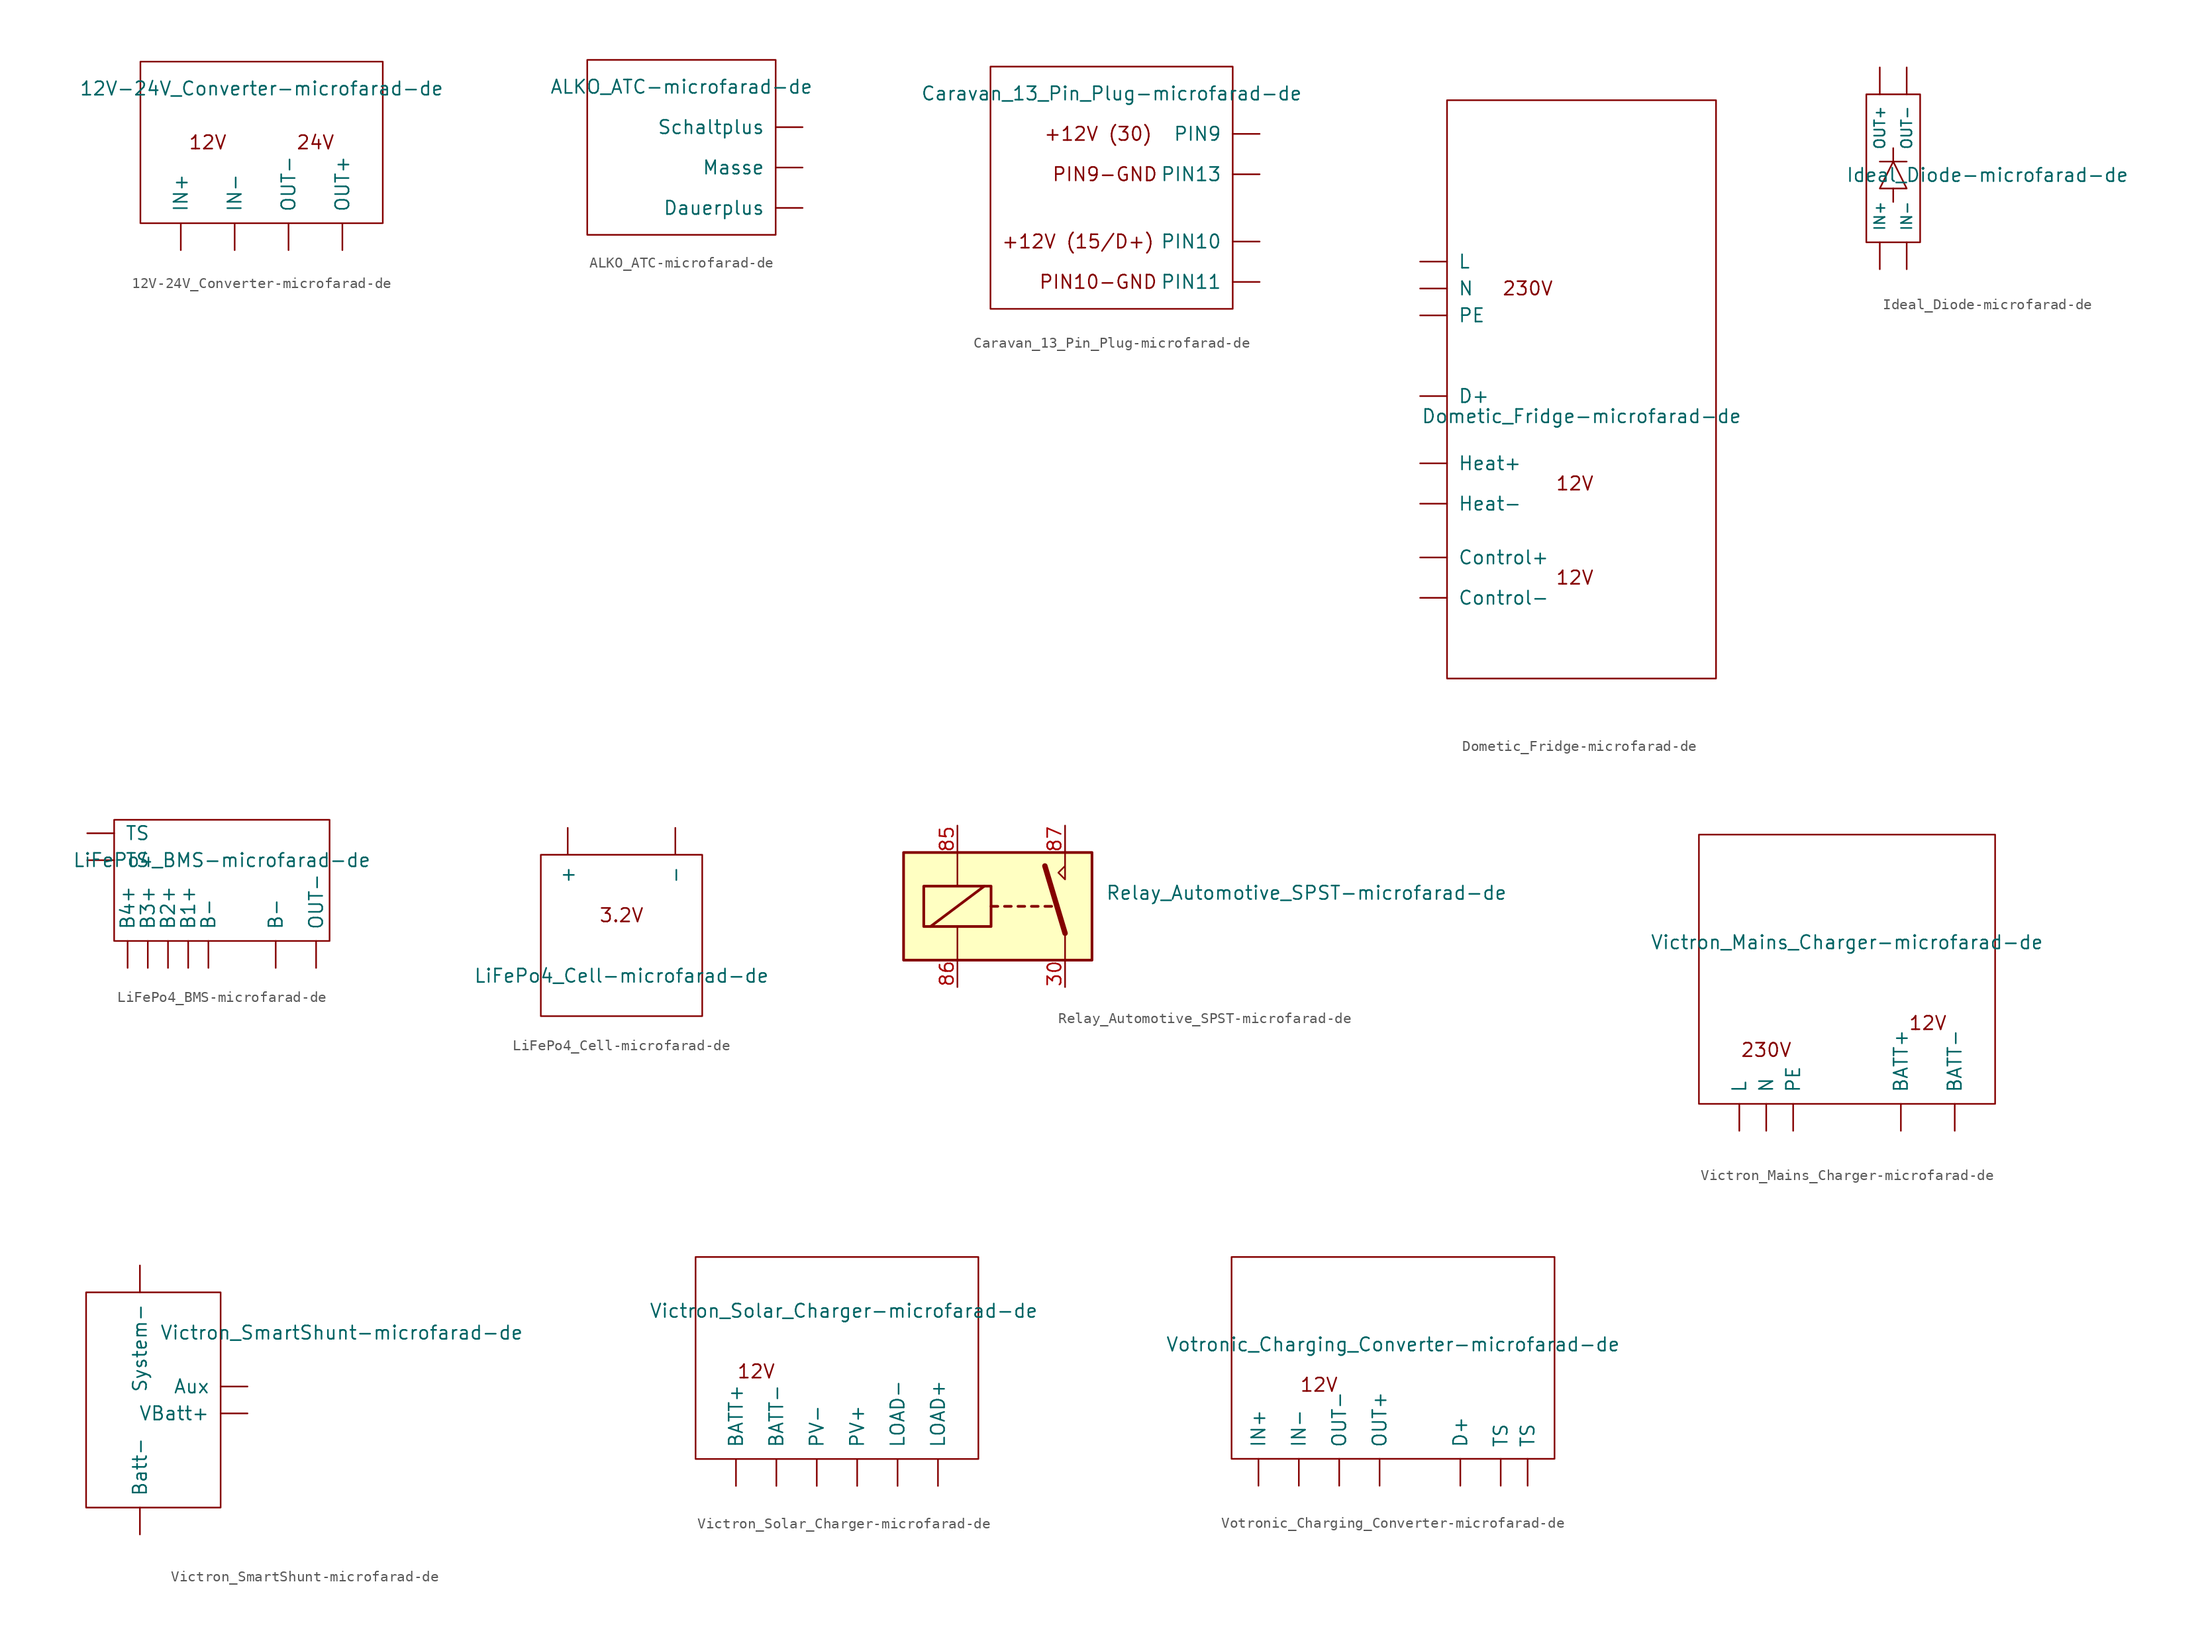
<source format=kicad_sym>
(kicad_symbol_lib
  (version 20211014)
  (generator kicad_symbol_editor)
  (symbol "12V-24V_Converter-microfarad-de"
    (pin_names
      (offset 1.016))
    (property "Reference" "U"
      (at 0 0 0)
      (effects (font (size 1.27 1.27)) hide))
    (property "Value" "12V-24V_Converter-microfarad-de"
      (at 0 5.08 0)
      (effects (font (size 1.27 1.27))))
    (symbol "12V-24V_Converter-microfarad-de_0_0"
      (text "12V" (at -5.08 0 0) (effects (font (size 1.27 1.27))))
      (text "24V" (at 5.08 0 0) (effects (font (size 1.27 1.27)))))
    (symbol "12V-24V_Converter-microfarad-de_0_1"
      (rectangle (start -11.43 7.62) (end 11.43 -7.62) (stroke (width 0) (type default) (color 0 0 0 0)) (fill (type none))))
    (symbol "12V-24V_Converter-microfarad-de_1_1"
      (pin input line (at -7.62 -10.16 90) (length 2.54) (name "IN+" (effects (font (size 1.27 1.27)))) (number "~" (effects (font (size 1.27 1.27)))))
      (pin input line (at -2.54 -10.16 90) (length 2.54) (name "IN-" (effects (font (size 1.27 1.27)))) (number "~" (effects (font (size 1.27 1.27)))))
      (pin output line (at 7.62 -10.16 90) (length 2.54) (name "OUT+" (effects (font (size 1.27 1.27)))) (number "~" (effects (font (size 1.27 1.27)))))
      (pin output line (at 2.54 -10.16 90) (length 2.54) (name "OUT-" (effects (font (size 1.27 1.27)))) (number "~" (effects (font (size 1.27 1.27)))))))
  (symbol "ALKO_ATC-microfarad-de"
    (pin_names
      (offset 1.016))
    (property "Reference" "U"
      (at -8.89 0 90)
      (effects (font (size 1.27 1.27)) hide))
    (property "Value" "ALKO_ATC-microfarad-de"
      (at 0 7.62 0)
      (effects (font (size 1.27 1.27))))
    (symbol "ALKO_ATC-microfarad-de_0_1"
      (rectangle (start 8.89 10.16) (end -8.89 -6.35) (stroke (width 0) (type default) (color 0 0 0 0)) (fill (type none))))
    (symbol "ALKO_ATC-microfarad-de_1_1"
      (pin input line (at 11.43 -3.81 180) (length 2.54) (name "Dauerplus" (effects (font (size 1.27 1.27)))) (number "~" (effects (font (size 1.27 1.27)))))
      (pin input line (at 11.43 0 180) (length 2.54) (name "Masse" (effects (font (size 1.27 1.27)))) (number "~" (effects (font (size 1.27 1.27)))))
      (pin output line (at 11.43 3.81 180) (length 2.54) (name "Schaltplus" (effects (font (size 1.27 1.27)))) (number "~" (effects (font (size 1.27 1.27)))))))
  (symbol "Caravan_13_Pin_Plug-microfarad-de"
    (pin_names
      (offset 1.016))
    (property "Reference" "U"
      (at -8.89 -9.525 0)
      (effects (font (size 1.27 1.27)) hide))
    (property "Value" "Caravan_13_Pin_Plug-microfarad-de"
      (at 0 12.7 0)
      (effects (font (size 1.27 1.27))))
    (symbol "Caravan_13_Pin_Plug-microfarad-de_0_0"
      (text "+12V (15/D+)" (at -3.175 -1.27 0) (effects (font (size 1.27 1.27))))
      (text "+12V (30)" (at -1.27 8.89 0) (effects (font (size 1.27 1.27))))
      (text "PIN10-GND" (at -1.27 -5.08 0) (effects (font (size 1.27 1.27))))
      (text "PIN9-GND" (at -0.635 5.08 0) (effects (font (size 1.27 1.27)))))
    (symbol "Caravan_13_Pin_Plug-microfarad-de_0_1"
      (rectangle (start -11.43 15.24) (end 11.43 -7.62) (stroke (width 0) (type default) (color 0 0 0 0)) (fill (type none))))
    (symbol "Caravan_13_Pin_Plug-microfarad-de_1_1"
      (pin output line (at 13.97 -1.27 180) (length 2.54) (name "PIN10" (effects (font (size 1.27 1.27)))) (number "~" (effects (font (size 1.27 1.27)))))
      (pin output line (at 13.97 -5.08 180) (length 2.54) (name "PIN11" (effects (font (size 1.27 1.27)))) (number "~" (effects (font (size 1.27 1.27)))))
      (pin output line (at 13.97 5.08 180) (length 2.54) (name "PIN13" (effects (font (size 1.27 1.27)))) (number "~" (effects (font (size 1.27 1.27)))))
      (pin output line (at 13.97 8.89 180) (length 2.54) (name "PIN9" (effects (font (size 1.27 1.27)))) (number "~" (effects (font (size 1.27 1.27)))))))
  (symbol "Dometic_Fridge-microfarad-de"
    (pin_names
      (offset 1.016))
    (property "Reference" "U"
      (at 0 8.89 0)
      (effects (font (size 1.27 1.27)) hide))
    (property "Value" "Dometic_Fridge-microfarad-de"
      (at 0 -3.175 0)
      (effects (font (size 1.27 1.27))))
    (symbol "Dometic_Fridge-microfarad-de_0_0"
      (text "12V" (at -0.635 -18.415 0) (effects (font (size 1.27 1.27))))
      (text "12V" (at -0.635 -9.525 0) (effects (font (size 1.27 1.27))))
      (text "230V" (at -5.08 8.89 0) (effects (font (size 1.27 1.27)))))
    (symbol "Dometic_Fridge-microfarad-de_0_1"
      (rectangle (start -12.7 26.67) (end 12.7 -27.94) (stroke (width 0) (type default) (color 0 0 0 0)) (fill (type none))))
    (symbol "Dometic_Fridge-microfarad-de_1_1"
      (pin input line (at -15.24 -16.51 0) (length 2.54) (name "Control+" (effects (font (size 1.27 1.27)))) (number "~" (effects (font (size 1.27 1.27)))))
      (pin input line (at -15.24 -20.32 0) (length 2.54) (name "Control-" (effects (font (size 1.27 1.27)))) (number "~" (effects (font (size 1.27 1.27)))))
      (pin input line (at -15.24 -1.27 0) (length 2.54) (name "D+" (effects (font (size 1.27 1.27)))) (number "~" (effects (font (size 1.27 1.27)))))
      (pin input line (at -15.24 -7.62 0) (length 2.54) (name "Heat+" (effects (font (size 1.27 1.27)))) (number "~" (effects (font (size 1.27 1.27)))))
      (pin input line (at -15.24 -11.43 0) (length 2.54) (name "Heat-" (effects (font (size 1.27 1.27)))) (number "~" (effects (font (size 1.27 1.27)))))
      (pin input line (at -15.24 11.43 0) (length 2.54) (name "L" (effects (font (size 1.27 1.27)))) (number "~" (effects (font (size 1.27 1.27)))))
      (pin input line (at -15.24 8.89 0) (length 2.54) (name "N" (effects (font (size 1.27 1.27)))) (number "~" (effects (font (size 1.27 1.27)))))
      (pin input line (at -15.24 6.35 0) (length 2.54) (name "PE" (effects (font (size 1.27 1.27)))) (number "~" (effects (font (size 1.27 1.27)))))))
  (symbol "Ideal_Diode-microfarad-de"
    (pin_names
      (offset 1.016))
    (property "Reference" "U"
      (at 0 0 0)
      (effects (font (size 1.27 1.27)) hide))
    (property "Value" "Ideal_Diode-microfarad-de"
      (at 8.89 0 0)
      (effects (font (size 1.27 1.27))))
    (symbol "Ideal_Diode-microfarad-de_0_1"
      (rectangle (start -2.54 7.62) (end 2.54 -6.35) (stroke (width 0) (type default) (color 0 0 0 0)) (fill (type none)))
      (polyline (pts (xy -1.27 1.27) (xy 1.27 1.27)) (stroke (width 0) (type default) (color 0 0 0 0)) (fill (type none)))
      (polyline (pts (xy 0 -1.27) (xy 0 -2.54)) (stroke (width 0) (type default) (color 0 0 0 0)) (fill (type none)))
      (polyline (pts (xy 0 1.27) (xy 0 2.54)) (stroke (width 0) (type default) (color 0 0 0 0)) (fill (type none)))
      (polyline (pts (xy 0 1.27) (xy -1.27 -1.27) (xy 1.27 -1.27) (xy 0 1.27)) (stroke (width 0) (type default) (color 0 0 0 0)) (fill (type none))))
    (symbol "Ideal_Diode-microfarad-de_1_1"
      (pin input line (at -1.27 -8.89 90) (length 2.54) (name "IN+" (effects (font (size 0.991 0.991)))) (number "~" (effects (font (size 1.27 1.27)))))
      (pin input line (at 1.27 -8.89 90) (length 2.54) (name "IN-" (effects (font (size 0.991 0.991)))) (number "~" (effects (font (size 1.27 1.27)))))
      (pin output line (at -1.27 10.16 270) (length 2.54) (name "OUT+" (effects (font (size 0.991 0.991)))) (number "~" (effects (font (size 1.27 1.27)))))
      (pin output line (at 1.27 10.16 270) (length 2.54) (name "OUT-" (effects (font (size 0.991 0.991)))) (number "~" (effects (font (size 1.27 1.27)))))))
  (symbol "LiFePo4_BMS-microfarad-de"
    (pin_names
      (offset 1.016))
    (property "Reference" "U"
      (at 0 3.81 0)
      (effects (font (size 1.27 1.27)) hide))
    (property "Value" "LiFePo4_BMS-microfarad-de"
      (at 0 1.27 0)
      (effects (font (size 1.27 1.27))))
    (symbol "LiFePo4_BMS-microfarad-de_0_1"
      (rectangle (start -10.16 5.08) (end 10.16 -6.35) (stroke (width 0) (type default) (color 0 0 0 0)) (fill (type none))))
    (symbol "LiFePo4_BMS-microfarad-de_1_1"
      (pin input line (at -1.27 -8.89 90) (length 2.54) (name "B-" (effects (font (size 1.27 1.27)))) (number "~" (effects (font (size 1.27 1.27)))))
      (pin input line (at 5.08 -8.89 90) (length 2.54) (name "B-" (effects (font (size 1.27 1.27)))) (number "~" (effects (font (size 1.27 1.27)))))
      (pin input line (at -3.175 -8.89 90) (length 2.54) (name "B1+" (effects (font (size 1.27 1.27)))) (number "~" (effects (font (size 1.27 1.27)))))
      (pin input line (at -5.08 -8.89 90) (length 2.54) (name "B2+" (effects (font (size 1.27 1.27)))) (number "~" (effects (font (size 1.27 1.27)))))
      (pin input line (at -6.985 -8.89 90) (length 2.54) (name "B3+" (effects (font (size 1.27 1.27)))) (number "~" (effects (font (size 1.27 1.27)))))
      (pin input line (at -8.89 -8.89 90) (length 2.54) (name "B4+" (effects (font (size 1.27 1.27)))) (number "~" (effects (font (size 1.27 1.27)))))
      (pin output line (at 8.89 -8.89 90) (length 2.54) (name "OUT-" (effects (font (size 1.27 1.27)))) (number "~" (effects (font (size 1.27 1.27)))))
      (pin input line (at -12.7 1.27 0) (length 2.54) (name "TS" (effects (font (size 1.27 1.27)))) (number "~" (effects (font (size 1.27 1.27)))))
      (pin input line (at -12.7 3.81 0) (length 2.54) (name "TS" (effects (font (size 1.27 1.27)))) (number "~" (effects (font (size 1.27 1.27)))))))
  (symbol "LiFePo4_Cell-microfarad-de"
    (pin_names
      (offset 1.016))
    (property "Reference" "U"
      (at 0 10.16 0)
      (effects (font (size 1.27 1.27)) hide))
    (property "Value" "LiFePo4_Cell-microfarad-de"
      (at 0 1.27 0)
      (effects (font (size 1.27 1.27))))
    (symbol "LiFePo4_Cell-microfarad-de_0_0"
      (text "3.2V" (at 0 6.985 0) (effects (font (size 1.27 1.27)))))
    (symbol "LiFePo4_Cell-microfarad-de_0_1"
      (rectangle (start -7.62 12.7) (end 7.62 -2.54) (stroke (width 0) (type default) (color 0 0 0 0)) (fill (type none))))
    (symbol "LiFePo4_Cell-microfarad-de_1_1"
      (pin output line (at -5.08 15.24 270) (length 2.54) (name "+" (effects (font (size 1.27 1.27)))) (number "~" (effects (font (size 1.27 1.27)))))
      (pin output line (at 5.08 15.24 270) (length 2.54) (name "-" (effects (font (size 1.27 1.27)))) (number "~" (effects (font (size 1.27 1.27)))))))
  (symbol "Relay_Automotive_SPST-microfarad-de"
    (property "Reference" "K"
      (at 8.89 3.81 0)
      (effects (font (size 1.27 1.27)) (justify left) hide))
    (property "Value" "Relay_Automotive_SPST-microfarad-de"
      (at 8.89 1.27 0)
      (effects (font (size 1.27 1.27)) (justify left)))
    (symbol "Relay_Automotive_SPST-microfarad-de_0_0"
      (polyline (pts (xy 5.08 5.08) (xy 5.08 2.54) (xy 4.445 3.175) (xy 5.08 3.81)) (stroke (width 0) (type default) (color 0 0 0 0)) (fill (type none))))
    (symbol "Relay_Automotive_SPST-microfarad-de_0_1"
      (rectangle (start -10.16 5.08) (end 7.62 -5.08) (stroke (width 0.254) (type default) (color 0 0 0 0)) (fill (type background)))
      (rectangle (start -8.255 1.905) (end -1.905 -1.905) (stroke (width 0.254) (type default) (color 0 0 0 0)) (fill (type none)))
      (polyline (pts (xy -7.62 -1.905) (xy -2.54 1.905)) (stroke (width 0.254) (type default) (color 0 0 0 0)) (fill (type none)))
      (polyline (pts (xy -5.08 -5.08) (xy -5.08 -1.905)) (stroke (width 0) (type default) (color 0 0 0 0)) (fill (type none)))
      (polyline (pts (xy -5.08 5.08) (xy -5.08 1.905)) (stroke (width 0) (type default) (color 0 0 0 0)) (fill (type none)))
      (polyline (pts (xy -1.905 0) (xy -1.27 0)) (stroke (width 0.254) (type default) (color 0 0 0 0)) (fill (type none)))
      (polyline (pts (xy -0.635 0) (xy 0 0)) (stroke (width 0.254) (type default) (color 0 0 0 0)) (fill (type none)))
      (polyline (pts (xy 0.635 0) (xy 1.27 0)) (stroke (width 0.254) (type default) (color 0 0 0 0)) (fill (type none)))
      (polyline (pts (xy 1.905 0) (xy 2.54 0)) (stroke (width 0.254) (type default) (color 0 0 0 0)) (fill (type none)))
      (polyline (pts (xy 3.175 0) (xy 3.81 0)) (stroke (width 0.254) (type default) (color 0 0 0 0)) (fill (type none)))
      (polyline (pts (xy 5.08 -2.54) (xy 3.175 3.81)) (stroke (width 0.508) (type default) (color 0 0 0 0)) (fill (type none)))
      (polyline (pts (xy 5.08 -2.54) (xy 5.08 -5.08)) (stroke (width 0) (type default) (color 0 0 0 0)) (fill (type none))))
    (symbol "Relay_Automotive_SPST-microfarad-de_1_1"
      (pin passive line (at 5.08 -7.62 90) (length 2.54) (name "~" (effects (font (size 1.27 1.27)))) (number "30" (effects (font (size 1.27 1.27)))))
      (pin passive line (at -5.08 7.62 270) (length 2.54) (name "~" (effects (font (size 1.27 1.27)))) (number "85" (effects (font (size 1.27 1.27)))))
      (pin passive line (at -5.08 -7.62 90) (length 2.54) (name "~" (effects (font (size 1.27 1.27)))) (number "86" (effects (font (size 1.27 1.27)))))
      (pin passive line (at 5.08 7.62 270) (length 2.54) (name "~" (effects (font (size 1.27 1.27)))) (number "87" (effects (font (size 1.27 1.27)))))))
  (symbol "Victron_Mains_Charger-microfarad-de"
    (pin_names
      (offset 1.016))
    (property "Reference" "U"
      (at 0 7.62 0)
      (effects (font (size 1.27 1.27)) hide))
    (property "Value" "Victron_Mains_Charger-microfarad-de"
      (at 0 2.54 0)
      (effects (font (size 1.27 1.27))))
    (symbol "Victron_Mains_Charger-microfarad-de_0_0"
      (text "12V" (at 7.62 -5.08 0) (effects (font (size 1.27 1.27))))
      (text "230V" (at -7.62 -7.62 0) (effects (font (size 1.27 1.27)))))
    (symbol "Victron_Mains_Charger-microfarad-de_0_1"
      (rectangle (start -13.97 12.7) (end 13.97 -12.7) (stroke (width 0) (type default) (color 0 0 0 0)) (fill (type none))))
    (symbol "Victron_Mains_Charger-microfarad-de_1_1"
      (pin output line (at 5.08 -15.24 90) (length 2.54) (name "BATT+" (effects (font (size 1.27 1.27)))) (number "~" (effects (font (size 1.27 1.27)))))
      (pin output line (at 10.16 -15.24 90) (length 2.54) (name "BATT-" (effects (font (size 1.27 1.27)))) (number "~" (effects (font (size 1.27 1.27)))))
      (pin input line (at -10.16 -15.24 90) (length 2.54) (name "L" (effects (font (size 1.27 1.27)))) (number "~" (effects (font (size 1.27 1.27)))))
      (pin input line (at -7.62 -15.24 90) (length 2.54) (name "N" (effects (font (size 1.27 1.27)))) (number "~" (effects (font (size 1.27 1.27)))))
      (pin input line (at -5.08 -15.24 90) (length 2.54) (name "PE" (effects (font (size 1.27 1.27)))) (number "~" (effects (font (size 1.27 1.27)))))))
  (symbol "Victron_SmartShunt-microfarad-de"
    (pin_names
      (offset 1.016))
    (property "Reference" "U"
      (at 0 0 0)
      (effects (font (size 1.27 1.27)) hide))
    (property "Value" "Victron_SmartShunt-microfarad-de"
      (at 21.59 6.35 0)
      (effects (font (size 1.27 1.27))))
    (symbol "Victron_SmartShunt-microfarad-de_0_1"
      (rectangle (start -2.54 10.16) (end 10.16 -10.16) (stroke (width 0) (type default) (color 0 0 0 0)) (fill (type none))))
    (symbol "Victron_SmartShunt-microfarad-de_1_1"
      (pin input line (at 12.7 1.27 180) (length 2.54) (name "Aux" (effects (font (size 1.27 1.27)))) (number "~" (effects (font (size 1.27 1.27)))))
      (pin input line (at 2.54 -12.7 90) (length 2.54) (name "Batt-" (effects (font (size 1.27 1.27)))) (number "~" (effects (font (size 1.27 1.27)))))
      (pin input line (at 2.54 12.7 270) (length 2.54) (name "System-" (effects (font (size 1.27 1.27)))) (number "~" (effects (font (size 1.27 1.27)))))
      (pin input line (at 12.7 -1.27 180) (length 2.54) (name "VBatt+" (effects (font (size 1.27 1.27)))) (number "~" (effects (font (size 1.27 1.27)))))))
  (symbol "Victron_Solar_Charger-microfarad-de"
    (pin_names
      (offset 1.016))
    (property "Reference" "U"
      (at 0 7.62 0)
      (effects (font (size 1.27 1.27)) hide))
    (property "Value" "Victron_Solar_Charger-microfarad-de"
      (at 0 5.08 0)
      (effects (font (size 1.27 1.27))))
    (symbol "Victron_Solar_Charger-microfarad-de_0_0"
      (text "12V" (at -8.255 -0.635 0) (effects (font (size 1.27 1.27)))))
    (symbol "Victron_Solar_Charger-microfarad-de_0_1"
      (rectangle (start -13.97 10.16) (end 12.7 -8.89) (stroke (width 0) (type default) (color 0 0 0 0)) (fill (type none))))
    (symbol "Victron_Solar_Charger-microfarad-de_1_1"
      (pin output line (at -10.16 -11.43 90) (length 2.54) (name "BATT+" (effects (font (size 1.27 1.27)))) (number "~" (effects (font (size 1.27 1.27)))))
      (pin output line (at -6.35 -11.43 90) (length 2.54) (name "BATT-" (effects (font (size 1.27 1.27)))) (number "~" (effects (font (size 1.27 1.27)))))
      (pin output line (at 8.89 -11.43 90) (length 2.54) (name "LOAD+" (effects (font (size 1.27 1.27)))) (number "~" (effects (font (size 1.27 1.27)))))
      (pin output line (at 5.08 -11.43 90) (length 2.54) (name "LOAD-" (effects (font (size 1.27 1.27)))) (number "~" (effects (font (size 1.27 1.27)))))
      (pin input line (at 1.27 -11.43 90) (length 2.54) (name "PV+" (effects (font (size 1.27 1.27)))) (number "~" (effects (font (size 1.27 1.27)))))
      (pin input line (at -2.54 -11.43 90) (length 2.54) (name "PV-" (effects (font (size 1.27 1.27)))) (number "~" (effects (font (size 1.27 1.27)))))))
  (symbol "Votronic_Charging_Converter-microfarad-de"
    (pin_names
      (offset 1.016))
    (property "Reference" "U"
      (at 0 4.445 0)
      (effects (font (size 1.27 1.27)) hide))
    (property "Value" "Votronic_Charging_Converter-microfarad-de"
      (at 0 1.905 0)
      (effects (font (size 1.27 1.27))))
    (symbol "Votronic_Charging_Converter-microfarad-de_0_0"
      (text "12V" (at -6.985 -1.905 0) (effects (font (size 1.27 1.27)))))
    (symbol "Votronic_Charging_Converter-microfarad-de_0_1"
      (rectangle (start -15.24 10.16) (end 15.24 -8.89) (stroke (width 0) (type default) (color 0 0 0 0)) (fill (type none))))
    (symbol "Votronic_Charging_Converter-microfarad-de_1_1"
      (pin input line (at 6.35 -11.43 90) (length 2.54) (name "D+" (effects (font (size 1.27 1.27)))) (number "~" (effects (font (size 1.27 1.27)))))
      (pin input line (at -12.7 -11.43 90) (length 2.54) (name "IN+" (effects (font (size 1.27 1.27)))) (number "~" (effects (font (size 1.27 1.27)))))
      (pin input line (at -8.89 -11.43 90) (length 2.54) (name "IN-" (effects (font (size 1.27 1.27)))) (number "~" (effects (font (size 1.27 1.27)))))
      (pin output line (at -1.27 -11.43 90) (length 2.54) (name "OUT+" (effects (font (size 1.27 1.27)))) (number "~" (effects (font (size 1.27 1.27)))))
      (pin output line (at -5.08 -11.43 90) (length 2.54) (name "OUT-" (effects (font (size 1.27 1.27)))) (number "~" (effects (font (size 1.27 1.27)))))
      (pin input line (at 10.16 -11.43 90) (length 2.54) (name "TS" (effects (font (size 1.27 1.27)))) (number "~" (effects (font (size 1.27 1.27)))))
      (pin input line (at 12.7 -11.43 90) (length 2.54) (name "TS" (effects (font (size 1.27 1.27)))) (number "~" (effects (font (size 1.27 1.27))))))))
</source>
